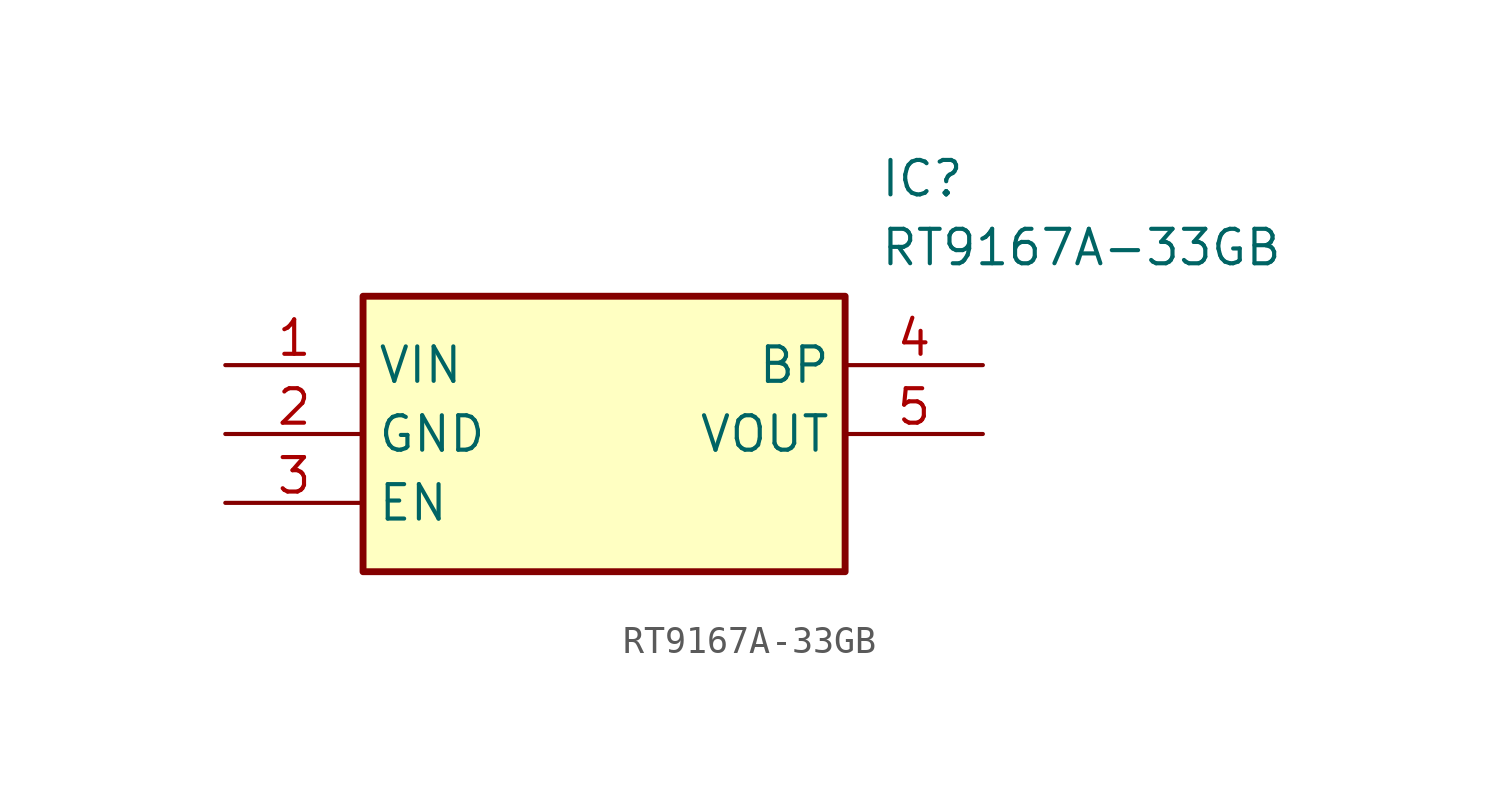
<source format=kicad_sym>
(kicad_symbol_lib
  (version 20211014)
  (generator SamacSys_ECAD_Model)
  (symbol "RT9167A-33GB"
    (property "Reference" "IC"
      (at 24.13 7.62 0)
      (effects (font (size 1.27 1.27)) (justify left top)))
    (property "Value" "RT9167A-33GB"
      (at 24.13 5.08 0)
      (effects (font (size 1.27 1.27)) (justify left top)))
    (rectangle
      (start 5.08 2.54)
      (end 22.86 -7.62)
      (stroke (width 0.254) (type default))
      (fill (type background)))
    (pin passive line
      (at 0 0 0)
      (length 5.08)
      (name "VIN" (effects (font (size 1.27 1.27))))
      (number "1" (effects (font (size 1.27 1.27)))))
    (pin passive line
      (at 0 -2.54 0)
      (length 5.08)
      (name "GND" (effects (font (size 1.27 1.27))))
      (number "2" (effects (font (size 1.27 1.27)))))
    (pin passive line
      (at 0 -5.08 0)
      (length 5.08)
      (name "EN" (effects (font (size 1.27 1.27))))
      (number "3" (effects (font (size 1.27 1.27)))))
    (pin passive line
      (at 27.94 0 180)
      (length 5.08)
      (name "BP" (effects (font (size 1.27 1.27))))
      (number "4" (effects (font (size 1.27 1.27)))))
    (pin passive line
      (at 27.94 -2.54 180)
      (length 5.08)
      (name "VOUT" (effects (font (size 1.27 1.27))))
      (number "5" (effects (font (size 1.27 1.27)))))))
</source>
